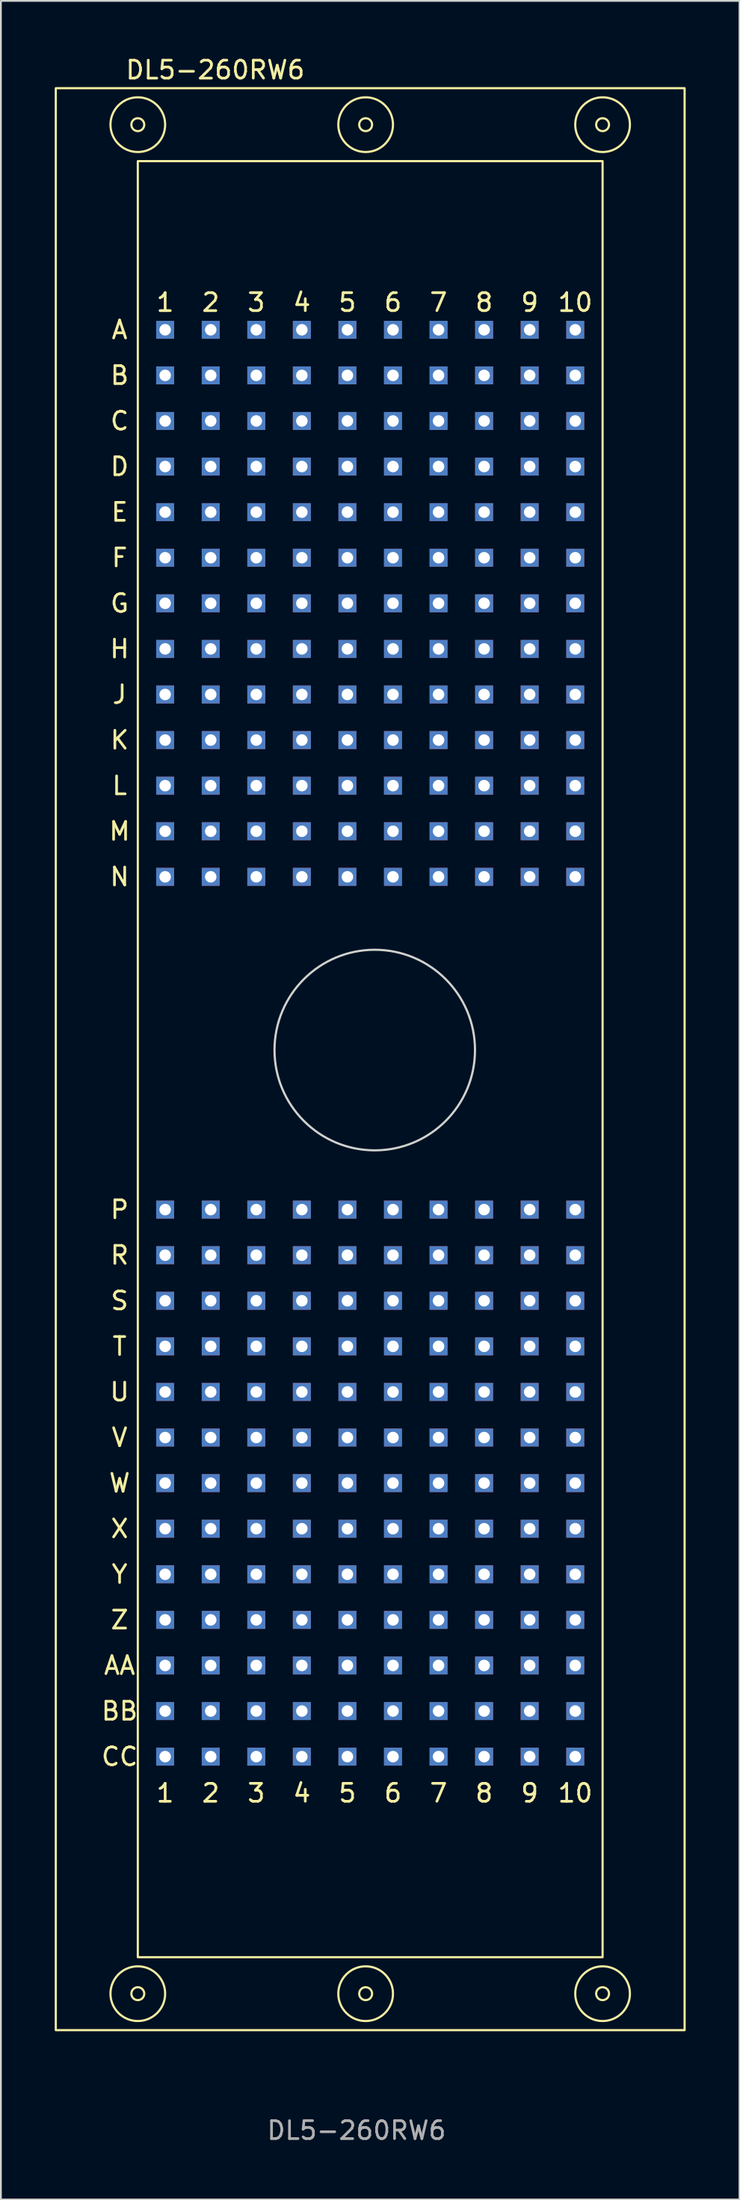
<source format=kicad_pcb>
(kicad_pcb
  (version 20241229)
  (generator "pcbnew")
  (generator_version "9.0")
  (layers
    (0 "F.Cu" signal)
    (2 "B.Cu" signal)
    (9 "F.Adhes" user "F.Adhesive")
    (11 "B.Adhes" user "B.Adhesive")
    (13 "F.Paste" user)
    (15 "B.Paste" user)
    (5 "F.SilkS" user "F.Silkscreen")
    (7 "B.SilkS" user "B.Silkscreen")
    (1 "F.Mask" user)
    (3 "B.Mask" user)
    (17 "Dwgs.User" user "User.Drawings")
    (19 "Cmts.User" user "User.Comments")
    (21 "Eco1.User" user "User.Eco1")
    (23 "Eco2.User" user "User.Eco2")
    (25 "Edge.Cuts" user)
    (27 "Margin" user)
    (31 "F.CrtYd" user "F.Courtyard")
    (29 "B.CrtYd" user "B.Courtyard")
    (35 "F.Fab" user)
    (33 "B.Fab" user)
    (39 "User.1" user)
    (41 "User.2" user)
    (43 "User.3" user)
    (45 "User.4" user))
  (footprint "DL5-260RW6"
    (layer "F.Cu")
    (at 17.332 55.712)
    (property "Reference" "DL5-260RW6" (at -8.382 -54.864 0) (unlocked yes) (layer "F.SilkS") (effects (font (size 1 1) (thickness 0.15))))
    (attr through_hole)
    (fp_circle (center 0.508 -0.254) (end 7.366 0.254) (stroke (width 0.12) (type solid)) (fill no) (layer "F.Mask"))
    (fp_rect (start 13.208 -49.784) (end -12.7 50.292) (stroke (width 0.12) (type solid)) (fill no) (layer "F.SilkS"))
    (fp_rect (start 17.78 -53.848) (end -17.272 54.356) (stroke (width 0.12) (type solid)) (fill no) (layer "F.SilkS"))
    (fp_circle (center -12.7 -51.816) (end -12.446 -52.07) (stroke (width 0.12) (type solid)) (fill no) (layer "F.SilkS"))
    (fp_circle (center -12.7 -51.816) (end -11.176 -51.816) (stroke (width 0.12) (type solid)) (fill no) (layer "F.SilkS"))
    (fp_circle (center -12.7 52.324) (end -12.446 52.07) (stroke (width 0.12) (type solid)) (fill no) (layer "F.SilkS"))
    (fp_circle (center -12.7 52.324) (end -11.176 52.324) (stroke (width 0.12) (type solid)) (fill no) (layer "F.SilkS"))
    (fp_circle (center 0 -51.816) (end 0.254 -52.07) (stroke (width 0.12) (type solid)) (fill no) (layer "F.SilkS"))
    (fp_circle (center 0 -51.816) (end 1.524 -51.816) (stroke (width 0.12) (type solid)) (fill no) (layer "F.SilkS"))
    (fp_circle (center 0 52.324) (end 0.254 52.07) (stroke (width 0.12) (type solid)) (fill no) (layer "F.SilkS"))
    (fp_circle (center 0 52.324) (end 1.524 52.324) (stroke (width 0.12) (type solid)) (fill no) (layer "F.SilkS"))
    (fp_circle (center 13.208 -51.816) (end 13.462 -52.07) (stroke (width 0.12) (type solid)) (fill no) (layer "F.SilkS"))
    (fp_circle (center 13.208 -51.816) (end 14.732 -51.816) (stroke (width 0.12) (type solid)) (fill no) (layer "F.SilkS"))
    (fp_circle (center 13.208 52.324) (end 13.462 52.07) (stroke (width 0.12) (type solid)) (fill no) (layer "F.SilkS"))
    (fp_circle (center 13.208 52.324) (end 14.732 52.324) (stroke (width 0.12) (type solid)) (fill no) (layer "F.SilkS"))
    (fp_circle (center 0.508 -0.254) (end 0.508 -5.842) (stroke (width 0.12) (type solid)) (fill no) (layer "Edge.Cuts"))
    (fp_text user "3" (at -6.096 -41.91 0) (unlocked yes) (layer "F.SilkS") (effects (font (size 1 1) (thickness 0.15))))
    (fp_text user "M" (at -13.716 -12.446 0) (unlocked yes) (layer "F.SilkS") (effects (font (size 1 1) (thickness 0.15))))
    (fp_text user "N" (at -13.716 -9.906 0) (unlocked yes) (layer "F.SilkS") (effects (font (size 1 1) (thickness 0.15))))
    (fp_text user "R" (at -13.716 11.176 0) (unlocked yes) (layer "F.SilkS") (effects (font (size 1 1) (thickness 0.15))))
    (fp_text user "1" (at -11.176 -41.91 0) (unlocked yes) (layer "F.SilkS") (effects (font (size 1 1) (thickness 0.15))))
    (fp_text user "5" (at -1.016 -41.91 0) (unlocked yes) (layer "F.SilkS") (effects (font (size 1 1) (thickness 0.15))))
    (fp_text user "F" (at -13.716 -27.686 0) (unlocked yes) (layer "F.SilkS") (effects (font (size 1 1) (thickness 0.15))))
    (fp_text user "D" (at -13.716 -32.766 0) (unlocked yes) (layer "F.SilkS") (effects (font (size 1 1) (thickness 0.15))))
    (fp_text user "H" (at -13.716 -22.606 0) (unlocked yes) (layer "F.SilkS") (effects (font (size 1 1) (thickness 0.15))))
    (fp_text user "6" (at 1.524 41.148 0) (unlocked yes) (layer "F.SilkS") (effects (font (size 1 1) (thickness 0.15))))
    (fp_text user "10" (at 11.684 -41.91 0) (unlocked yes) (layer "F.SilkS") (effects (font (size 1 1) (thickness 0.15))))
    (fp_text user "T" (at -13.716 16.256 0) (unlocked yes) (layer "F.SilkS") (effects (font (size 1 1) (thickness 0.15))))
    (fp_text user "10" (at 11.684 41.148 0) (unlocked yes) (layer "F.SilkS") (effects (font (size 1 1) (thickness 0.15))))
    (fp_text user "9" (at 9.144 -41.91 0) (unlocked yes) (layer "F.SilkS") (effects (font (size 1 1) (thickness 0.15))))
    (fp_text user "E" (at -13.716 -30.226 0) (unlocked yes) (layer "F.SilkS") (effects (font (size 1 1) (thickness 0.15))))
    (fp_text user "CC" (at -13.716 39.116 0) (unlocked yes) (layer "F.SilkS") (effects (font (size 1 1) (thickness 0.15))))
    (fp_text user "4" (at -3.556 41.148 0) (unlocked yes) (layer "F.SilkS") (effects (font (size 1 1) (thickness 0.15))))
    (fp_text user "V" (at -13.716 21.336 0) (unlocked yes) (layer "F.SilkS") (effects (font (size 1 1) (thickness 0.15))))
    (fp_text user "2" (at -8.636 -41.91 0) (unlocked yes) (layer "F.SilkS") (effects (font (size 1 1) (thickness 0.15))))
    (fp_text user "S" (at -13.716 13.716 0) (unlocked yes) (layer "F.SilkS") (effects (font (size 1 1) (thickness 0.15))))
    (fp_text user "G" (at -13.716 -25.146 0) (unlocked yes) (layer "F.SilkS") (effects (font (size 1 1) (thickness 0.15))))
    (fp_text user "Y" (at -13.716 28.956 0) (unlocked yes) (layer "F.SilkS") (effects (font (size 1 1) (thickness 0.15))))
    (fp_text user "K" (at -13.716 -17.526 0) (unlocked yes) (layer "F.SilkS") (effects (font (size 1 1) (thickness 0.15))))
    (fp_text user "AA" (at -13.716 34.036 0) (unlocked yes) (layer "F.SilkS") (effects (font (size 1 1) (thickness 0.15))))
    (fp_text user "L" (at -13.716 -14.986 0) (unlocked yes) (layer "F.SilkS") (effects (font (size 1 1) (thickness 0.15))))
    (fp_text user "4" (at -3.556 -41.91 0) (unlocked yes) (layer "F.SilkS") (effects (font (size 1 1) (thickness 0.15))))
    (fp_text user "A" (at -13.716 -40.386 0) (unlocked yes) (layer "F.SilkS") (effects (font (size 1 1) (thickness 0.15))))
    (fp_text user "7" (at 4.064 -41.91 0) (unlocked yes) (layer "F.SilkS") (effects (font (size 1 1) (thickness 0.15))))
    (fp_text user "J" (at -13.716 -20.066 0) (unlocked yes) (layer "F.SilkS") (effects (font (size 1 1) (thickness 0.15))))
    (fp_text user "C" (at -13.716 -35.306 0) (unlocked yes) (layer "F.SilkS") (effects (font (size 1 1) (thickness 0.15))))
    (fp_text user "B" (at -13.716 -37.846 0) (unlocked yes) (layer "F.SilkS") (effects (font (size 1 1) (thickness 0.15))))
    (fp_text user "X" (at -13.716 26.416 0) (unlocked yes) (layer "F.SilkS") (effects (font (size 1 1) (thickness 0.15))))
    (fp_text user "2" (at -8.636 41.148 0) (unlocked yes) (layer "F.SilkS") (effects (font (size 1 1) (thickness 0.15))))
    (fp_text user "9" (at 9.144 41.148 0) (unlocked yes) (layer "F.SilkS") (effects (font (size 1 1) (thickness 0.15))))
    (fp_text user "5" (at -1.016 41.148 0) (unlocked yes) (layer "F.SilkS") (effects (font (size 1 1) (thickness 0.15))))
    (fp_text user "Z" (at -13.716 31.496 0) (unlocked yes) (layer "F.SilkS") (effects (font (size 1 1) (thickness 0.15))))
    (fp_text user "P" (at -13.716 8.636 0) (unlocked yes) (layer "F.SilkS") (effects (font (size 1 1) (thickness 0.15))))
    (fp_text user "6" (at 1.524 -41.91 0) (unlocked yes) (layer "F.SilkS") (effects (font (size 1 1) (thickness 0.15))))
    (fp_text user "8" (at 6.604 41.148 0) (unlocked yes) (layer "F.SilkS") (effects (font (size 1 1) (thickness 0.15))))
    (fp_text user "BB" (at -13.716 36.576 0) (unlocked yes) (layer "F.SilkS") (effects (font (size 1 1) (thickness 0.15))))
    (fp_text user "W" (at -13.716 23.876 0) (unlocked yes) (layer "F.SilkS") (effects (font (size 1 1) (thickness 0.15))))
    (fp_text user "3" (at -6.096 41.148 0) (unlocked yes) (layer "F.SilkS") (effects (font (size 1 1) (thickness 0.15))))
    (fp_text user "8" (at 6.604 -41.91 0) (unlocked yes) (layer "F.SilkS") (effects (font (size 1 1) (thickness 0.15))))
    (fp_text user "U" (at -13.716 18.796 0) (unlocked yes) (layer "F.SilkS") (effects (font (size 1 1) (thickness 0.15))))
    (fp_text user "7" (at 4.064 41.148 0) (unlocked yes) (layer "F.SilkS") (effects (font (size 1 1) (thickness 0.15))))
    (fp_text user "1" (at -11.176 41.148 0) (unlocked yes) (layer "F.SilkS") (effects (font (size 1 1) (thickness 0.15))))
    (fp_text user "${REFERENCE}" (at -0.508 59.944 0) (unlocked yes) (layer "F.Fab") (effects (font (size 1 1) (thickness 0.15))))
    (pad "A1" thru_hole rect (at -11.176 -40.386) (size 1 1) (drill 0.64) (layers "*.Cu" "*.Mask") (remove_unused_layers yes) (keep_end_layers yes) (zone_layer_connections))
    (pad "A2" thru_hole rect (at -8.636 -40.386) (size 1 1) (drill 0.64) (layers "*.Cu" "*.Mask"))
    (pad "A3" thru_hole rect (at -6.096 -40.386) (size 1 1) (drill 0.64) (layers "*.Cu" "*.Mask"))
    (pad "A4" thru_hole rect (at -3.556 -40.386) (size 1 1) (drill 0.64) (layers "*.Cu" "*.Mask"))
    (pad "A5" thru_hole rect (at -1.016 -40.386) (size 1 1) (drill 0.64) (layers "*.Cu" "*.Mask"))
    (pad "A6" thru_hole rect (at 1.524 -40.386) (size 1 1) (drill 0.64) (layers "*.Cu" "*.Mask"))
    (pad "A7" thru_hole rect (at 4.064 -40.386) (size 1 1) (drill 0.64) (layers "*.Cu" "*.Mask"))
    (pad "A8" thru_hole rect (at 6.604 -40.386) (size 1 1) (drill 0.64) (layers "*.Cu" "*.Mask"))
    (pad "A9" thru_hole rect (at 9.144 -40.386) (size 1 1) (drill 0.64) (layers "*.Cu" "*.Mask"))
    (pad "A10" thru_hole rect (at 11.684 -40.386) (size 1 1) (drill 0.64) (layers "*.Cu" "*.Mask"))
    (pad "AA1" thru_hole rect (at -11.176 34.036) (size 1 1) (drill 0.64) (layers "*.Cu" "*.Mask"))
    (pad "AA2" thru_hole rect (at -8.636 34.036) (size 1 1) (drill 0.64) (layers "*.Cu" "*.Mask"))
    (pad "AA3" thru_hole rect (at -6.096 34.036) (size 1 1) (drill 0.64) (layers "*.Cu" "*.Mask"))
    (pad "AA4" thru_hole rect (at -3.556 34.036) (size 1 1) (drill 0.64) (layers "*.Cu" "*.Mask"))
    (pad "AA5" thru_hole rect (at -1.016 34.036) (size 1 1) (drill 0.64) (layers "*.Cu" "*.Mask"))
    (pad "AA6" thru_hole rect (at 1.524 34.036) (size 1 1) (drill 0.64) (layers "*.Cu" "*.Mask"))
    (pad "AA7" thru_hole rect (at 4.064 34.036) (size 1 1) (drill 0.64) (layers "*.Cu" "*.Mask"))
    (pad "AA8" thru_hole rect (at 6.604 34.036) (size 1 1) (drill 0.64) (layers "*.Cu" "*.Mask"))
    (pad "AA9" thru_hole rect (at 9.144 34.036) (size 1 1) (drill 0.64) (layers "*.Cu" "*.Mask"))
    (pad "AA10" thru_hole rect (at 11.684 34.036) (size 1 1) (drill 0.64) (layers "*.Cu" "*.Mask"))
    (pad "B1" thru_hole rect (at -11.176 -37.846) (size 1 1) (drill 0.64) (layers "*.Cu" "*.Mask"))
    (pad "B2" thru_hole rect (at -8.636 -37.846) (size 1 1) (drill 0.64) (layers "*.Cu" "*.Mask"))
    (pad "B3" thru_hole rect (at -6.096 -37.846) (size 1 1) (drill 0.64) (layers "*.Cu" "*.Mask"))
    (pad "B4" thru_hole rect (at -3.556 -37.846) (size 1 1) (drill 0.64) (layers "*.Cu" "*.Mask"))
    (pad "B5" thru_hole rect (at -1.016 -37.846) (size 1 1) (drill 0.64) (layers "*.Cu" "*.Mask"))
    (pad "B6" thru_hole rect (at 1.524 -37.846) (size 1 1) (drill 0.64) (layers "*.Cu" "*.Mask"))
    (pad "B7" thru_hole rect (at 4.064 -37.846) (size 1 1) (drill 0.64) (layers "*.Cu" "*.Mask"))
    (pad "B8" thru_hole rect (at 6.604 -37.846) (size 1 1) (drill 0.64) (layers "*.Cu" "*.Mask"))
    (pad "B9" thru_hole rect (at 9.144 -37.846) (size 1 1) (drill 0.64) (layers "*.Cu" "*.Mask"))
    (pad "B10" thru_hole rect (at 11.684 -37.846) (size 1 1) (drill 0.64) (layers "*.Cu" "*.Mask"))
    (pad "BB1" thru_hole rect (at -11.176 36.576) (size 1 1) (drill 0.64) (layers "*.Cu" "*.Mask"))
    (pad "BB2" thru_hole rect (at -8.636 36.576) (size 1 1) (drill 0.64) (layers "*.Cu" "*.Mask"))
    (pad "BB3" thru_hole rect (at -6.096 36.576) (size 1 1) (drill 0.64) (layers "*.Cu" "*.Mask"))
    (pad "BB4" thru_hole rect (at -3.556 36.576) (size 1 1) (drill 0.64) (layers "*.Cu" "*.Mask"))
    (pad "BB5" thru_hole rect (at -1.016 36.576) (size 1 1) (drill 0.64) (layers "*.Cu" "*.Mask"))
    (pad "BB6" thru_hole rect (at 1.524 36.576) (size 1 1) (drill 0.64) (layers "*.Cu" "*.Mask"))
    (pad "BB7" thru_hole rect (at 4.064 36.576) (size 1 1) (drill 0.64) (layers "*.Cu" "*.Mask"))
    (pad "BB8" thru_hole rect (at 6.604 36.576) (size 1 1) (drill 0.64) (layers "*.Cu" "*.Mask"))
    (pad "BB9" thru_hole rect (at 9.144 36.576) (size 1 1) (drill 0.64) (layers "*.Cu" "*.Mask"))
    (pad "BB10" thru_hole rect (at 11.684 36.576) (size 1 1) (drill 0.64) (layers "*.Cu" "*.Mask"))
    (pad "C1" thru_hole rect (at -11.176 -35.306) (size 1 1) (drill 0.64) (layers "*.Cu" "*.Mask"))
    (pad "C2" thru_hole rect (at -8.636 -35.306) (size 1 1) (drill 0.64) (layers "*.Cu" "*.Mask"))
    (pad "C3" thru_hole rect (at -6.096 -35.306) (size 1 1) (drill 0.64) (layers "*.Cu" "*.Mask"))
    (pad "C4" thru_hole rect (at -3.556 -35.306) (size 1 1) (drill 0.64) (layers "*.Cu" "*.Mask"))
    (pad "C5" thru_hole rect (at -1.016 -35.306) (size 1 1) (drill 0.64) (layers "*.Cu" "*.Mask"))
    (pad "C6" thru_hole rect (at 1.524 -35.306) (size 1 1) (drill 0.64) (layers "*.Cu" "*.Mask"))
    (pad "C7" thru_hole rect (at 4.064 -35.306) (size 1 1) (drill 0.64) (layers "*.Cu" "*.Mask"))
    (pad "C8" thru_hole rect (at 6.604 -35.306) (size 1 1) (drill 0.64) (layers "*.Cu" "*.Mask"))
    (pad "C9" thru_hole rect (at 9.144 -35.306) (size 1 1) (drill 0.64) (layers "*.Cu" "*.Mask"))
    (pad "C10" thru_hole rect (at 11.684 -35.306) (size 1 1) (drill 0.64) (layers "*.Cu" "*.Mask"))
    (pad "CC1" thru_hole rect (at -11.176 39.116) (size 1 1) (drill 0.64) (layers "*.Cu" "*.Mask"))
    (pad "CC2" thru_hole rect (at -8.636 39.116) (size 1 1) (drill 0.64) (layers "*.Cu" "*.Mask"))
    (pad "CC3" thru_hole rect (at -6.096 39.116) (size 1 1) (drill 0.64) (layers "*.Cu" "*.Mask"))
    (pad "CC4" thru_hole rect (at -3.556 39.116) (size 1 1) (drill 0.64) (layers "*.Cu" "*.Mask"))
    (pad "CC5" thru_hole rect (at -1.016 39.116) (size 1 1) (drill 0.64) (layers "*.Cu" "*.Mask"))
    (pad "CC6" thru_hole rect (at 1.524 39.116) (size 1 1) (drill 0.64) (layers "*.Cu" "*.Mask"))
    (pad "CC7" thru_hole rect (at 4.064 39.116) (size 1 1) (drill 0.64) (layers "*.Cu" "*.Mask"))
    (pad "CC8" thru_hole rect (at 6.604 39.116) (size 1 1) (drill 0.64) (layers "*.Cu" "*.Mask"))
    (pad "CC9" thru_hole rect (at 9.144 39.116) (size 1 1) (drill 0.64) (layers "*.Cu" "*.Mask"))
    (pad "CC10" thru_hole rect (at 11.684 39.116) (size 1 1) (drill 0.64) (layers "*.Cu" "*.Mask"))
    (pad "D1" thru_hole rect (at -11.176 -32.766) (size 1 1) (drill 0.64) (layers "*.Cu" "*.Mask"))
    (pad "D2" thru_hole rect (at -8.636 -32.766) (size 1 1) (drill 0.64) (layers "*.Cu" "*.Mask"))
    (pad "D3" thru_hole rect (at -6.096 -32.766) (size 1 1) (drill 0.64) (layers "*.Cu" "*.Mask"))
    (pad "D4" thru_hole rect (at -3.556 -32.766) (size 1 1) (drill 0.64) (layers "*.Cu" "*.Mask"))
    (pad "D5" thru_hole rect (at -1.016 -32.766) (size 1 1) (drill 0.64) (layers "*.Cu" "*.Mask"))
    (pad "D6" thru_hole rect (at 1.524 -32.766) (size 1 1) (drill 0.64) (layers "*.Cu" "*.Mask"))
    (pad "D7" thru_hole rect (at 4.064 -32.766) (size 1 1) (drill 0.64) (layers "*.Cu" "*.Mask"))
    (pad "D8" thru_hole rect (at 6.604 -32.766) (size 1 1) (drill 0.64) (layers "*.Cu" "*.Mask"))
    (pad "D9" thru_hole rect (at 9.144 -32.766) (size 1 1) (drill 0.64) (layers "*.Cu" "*.Mask"))
    (pad "D10" thru_hole rect (at 11.684 -32.766) (size 1 1) (drill 0.64) (layers "*.Cu" "*.Mask"))
    (pad "E1" thru_hole rect (at -11.176 -30.226) (size 1 1) (drill 0.64) (layers "*.Cu" "*.Mask"))
    (pad "E2" thru_hole rect (at -8.636 -30.226) (size 1 1) (drill 0.64) (layers "*.Cu" "*.Mask"))
    (pad "E3" thru_hole rect (at -6.096 -30.226) (size 1 1) (drill 0.64) (layers "*.Cu" "*.Mask"))
    (pad "E4" thru_hole rect (at -3.556 -30.226) (size 1 1) (drill 0.64) (layers "*.Cu" "*.Mask"))
    (pad "E5" thru_hole rect (at -1.016 -30.226) (size 1 1) (drill 0.64) (layers "*.Cu" "*.Mask"))
    (pad "E6" thru_hole rect (at 1.524 -30.226) (size 1 1) (drill 0.64) (layers "*.Cu" "*.Mask"))
    (pad "E7" thru_hole rect (at 4.064 -30.226) (size 1 1) (drill 0.64) (layers "*.Cu" "*.Mask"))
    (pad "E8" thru_hole rect (at 6.604 -30.226) (size 1 1) (drill 0.64) (layers "*.Cu" "*.Mask"))
    (pad "E9" thru_hole rect (at 9.144 -30.226) (size 1 1) (drill 0.64) (layers "*.Cu" "*.Mask"))
    (pad "E10" thru_hole rect (at 11.684 -30.226) (size 1 1) (drill 0.64) (layers "*.Cu" "*.Mask"))
    (pad "F1" thru_hole rect (at -11.176 -27.686) (size 1 1) (drill 0.64) (layers "*.Cu" "*.Mask"))
    (pad "F2" thru_hole rect (at -8.636 -27.686) (size 1 1) (drill 0.64) (layers "*.Cu" "*.Mask"))
    (pad "F3" thru_hole rect (at -6.096 -27.686) (size 1 1) (drill 0.64) (layers "*.Cu" "*.Mask"))
    (pad "F4" thru_hole rect (at -3.556 -27.686) (size 1 1) (drill 0.64) (layers "*.Cu" "*.Mask"))
    (pad "F5" thru_hole rect (at -1.016 -27.686) (size 1 1) (drill 0.64) (layers "*.Cu" "*.Mask"))
    (pad "F6" thru_hole rect (at 1.524 -27.686) (size 1 1) (drill 0.64) (layers "*.Cu" "*.Mask"))
    (pad "F7" thru_hole rect (at 4.064 -27.686) (size 1 1) (drill 0.64) (layers "*.Cu" "*.Mask"))
    (pad "F8" thru_hole rect (at 6.604 -27.686) (size 1 1) (drill 0.64) (layers "*.Cu" "*.Mask"))
    (pad "F9" thru_hole rect (at 9.144 -27.686) (size 1 1) (drill 0.64) (layers "*.Cu" "*.Mask"))
    (pad "F10" thru_hole rect (at 11.684 -27.686) (size 1 1) (drill 0.64) (layers "*.Cu" "*.Mask"))
    (pad "G1" thru_hole rect (at -11.176 -25.146) (size 1 1) (drill 0.64) (layers "*.Cu" "*.Mask"))
    (pad "G2" thru_hole rect (at -8.636 -25.146) (size 1 1) (drill 0.64) (layers "*.Cu" "*.Mask"))
    (pad "G3" thru_hole rect (at -6.096 -25.146) (size 1 1) (drill 0.64) (layers "*.Cu" "*.Mask"))
    (pad "G4" thru_hole rect (at -3.556 -25.146) (size 1 1) (drill 0.64) (layers "*.Cu" "*.Mask"))
    (pad "G5" thru_hole rect (at -1.016 -25.146) (size 1 1) (drill 0.64) (layers "*.Cu" "*.Mask"))
    (pad "G6" thru_hole rect (at 1.524 -25.146) (size 1 1) (drill 0.64) (layers "*.Cu" "*.Mask"))
    (pad "G7" thru_hole rect (at 4.064 -25.146) (size 1 1) (drill 0.64) (layers "*.Cu" "*.Mask"))
    (pad "G8" thru_hole rect (at 6.604 -25.146) (size 1 1) (drill 0.64) (layers "*.Cu" "*.Mask"))
    (pad "G9" thru_hole rect (at 9.144 -25.146) (size 1 1) (drill 0.64) (layers "*.Cu" "*.Mask"))
    (pad "G10" thru_hole rect (at 11.684 -25.146) (size 1 1) (drill 0.64) (layers "*.Cu" "*.Mask"))
    (pad "H1" thru_hole rect (at -11.176 -22.606) (size 1 1) (drill 0.64) (layers "*.Cu" "*.Mask"))
    (pad "H2" thru_hole rect (at -8.636 -22.606) (size 1 1) (drill 0.64) (layers "*.Cu" "*.Mask"))
    (pad "H3" thru_hole rect (at -6.096 -22.606) (size 1 1) (drill 0.64) (layers "*.Cu" "*.Mask"))
    (pad "H4" thru_hole rect (at -3.556 -22.606) (size 1 1) (drill 0.64) (layers "*.Cu" "*.Mask"))
    (pad "H5" thru_hole rect (at -1.016 -22.606) (size 1 1) (drill 0.64) (layers "*.Cu" "*.Mask"))
    (pad "H6" thru_hole rect (at 1.524 -22.606) (size 1 1) (drill 0.64) (layers "*.Cu" "*.Mask"))
    (pad "H7" thru_hole rect (at 4.064 -22.606) (size 1 1) (drill 0.64) (layers "*.Cu" "*.Mask"))
    (pad "H8" thru_hole rect (at 6.604 -22.606) (size 1 1) (drill 0.64) (layers "*.Cu" "*.Mask"))
    (pad "H9" thru_hole rect (at 9.144 -22.606) (size 1 1) (drill 0.64) (layers "*.Cu" "*.Mask"))
    (pad "H10" thru_hole rect (at 11.684 -22.606) (size 1 1) (drill 0.64) (layers "*.Cu" "*.Mask"))
    (pad "J1" thru_hole rect (at -11.176 -20.066) (size 1 1) (drill 0.64) (layers "*.Cu" "*.Mask"))
    (pad "J2" thru_hole rect (at -8.636 -20.066) (size 1 1) (drill 0.64) (layers "*.Cu" "*.Mask"))
    (pad "J3" thru_hole rect (at -6.096 -20.066) (size 1 1) (drill 0.64) (layers "*.Cu" "*.Mask"))
    (pad "J4" thru_hole rect (at -3.556 -20.066) (size 1 1) (drill 0.64) (layers "*.Cu" "*.Mask"))
    (pad "J5" thru_hole rect (at -1.016 -20.066) (size 1 1) (drill 0.64) (layers "*.Cu" "*.Mask"))
    (pad "J6" thru_hole rect (at 1.524 -20.066) (size 1 1) (drill 0.64) (layers "*.Cu" "*.Mask"))
    (pad "J7" thru_hole rect (at 4.064 -20.066) (size 1 1) (drill 0.64) (layers "*.Cu" "*.Mask"))
    (pad "J8" thru_hole rect (at 6.604 -20.066) (size 1 1) (drill 0.64) (layers "*.Cu" "*.Mask"))
    (pad "J9" thru_hole rect (at 9.144 -20.066) (size 1 1) (drill 0.64) (layers "*.Cu" "*.Mask"))
    (pad "J10" thru_hole rect (at 11.684 -20.066) (size 1 1) (drill 0.64) (layers "*.Cu" "*.Mask"))
    (pad "K1" thru_hole rect (at -11.176 -17.526) (size 1 1) (drill 0.64) (layers "*.Cu" "*.Mask"))
    (pad "K2" thru_hole rect (at -8.636 -17.526) (size 1 1) (drill 0.64) (layers "*.Cu" "*.Mask"))
    (pad "K3" thru_hole rect (at -6.096 -17.526) (size 1 1) (drill 0.64) (layers "*.Cu" "*.Mask"))
    (pad "K4" thru_hole rect (at -3.556 -17.526) (size 1 1) (drill 0.64) (layers "*.Cu" "*.Mask"))
    (pad "K5" thru_hole rect (at -1.016 -17.526) (size 1 1) (drill 0.64) (layers "*.Cu" "*.Mask"))
    (pad "K6" thru_hole rect (at 1.524 -17.526) (size 1 1) (drill 0.64) (layers "*.Cu" "*.Mask"))
    (pad "K7" thru_hole rect (at 4.064 -17.526) (size 1 1) (drill 0.64) (layers "*.Cu" "*.Mask"))
    (pad "K8" thru_hole rect (at 6.604 -17.526) (size 1 1) (drill 0.64) (layers "*.Cu" "*.Mask"))
    (pad "K9" thru_hole rect (at 9.144 -17.526) (size 1 1) (drill 0.64) (layers "*.Cu" "*.Mask"))
    (pad "K10" thru_hole rect (at 11.684 -17.526) (size 1 1) (drill 0.64) (layers "*.Cu" "*.Mask"))
    (pad "L1" thru_hole rect (at -11.176 -14.986) (size 1 1) (drill 0.64) (layers "*.Cu" "*.Mask"))
    (pad "L2" thru_hole rect (at -8.636 -14.986) (size 1 1) (drill 0.64) (layers "*.Cu" "*.Mask"))
    (pad "L3" thru_hole rect (at -6.096 -14.986) (size 1 1) (drill 0.64) (layers "*.Cu" "*.Mask"))
    (pad "L4" thru_hole rect (at -3.556 -14.986) (size 1 1) (drill 0.64) (layers "*.Cu" "*.Mask"))
    (pad "L5" thru_hole rect (at -1.016 -14.986) (size 1 1) (drill 0.64) (layers "*.Cu" "*.Mask"))
    (pad "L6" thru_hole rect (at 1.524 -14.986) (size 1 1) (drill 0.64) (layers "*.Cu" "*.Mask"))
    (pad "L7" thru_hole rect (at 4.064 -14.986) (size 1 1) (drill 0.64) (layers "*.Cu" "*.Mask"))
    (pad "L8" thru_hole rect (at 6.604 -14.986) (size 1 1) (drill 0.64) (layers "*.Cu" "*.Mask"))
    (pad "L9" thru_hole rect (at 9.144 -14.986) (size 1 1) (drill 0.64) (layers "*.Cu" "*.Mask"))
    (pad "L10" thru_hole rect (at 11.684 -14.986) (size 1 1) (drill 0.64) (layers "*.Cu" "*.Mask"))
    (pad "M1" thru_hole rect (at -11.176 -12.446) (size 1 1) (drill 0.64) (layers "*.Cu" "*.Mask"))
    (pad "M2" thru_hole rect (at -8.636 -12.446) (size 1 1) (drill 0.64) (layers "*.Cu" "*.Mask"))
    (pad "M3" thru_hole rect (at -6.096 -12.446) (size 1 1) (drill 0.64) (layers "*.Cu" "*.Mask"))
    (pad "M4" thru_hole rect (at -3.556 -12.446) (size 1 1) (drill 0.64) (layers "*.Cu" "*.Mask"))
    (pad "M5" thru_hole rect (at -1.016 -12.446) (size 1 1) (drill 0.64) (layers "*.Cu" "*.Mask"))
    (pad "M6" thru_hole rect (at 1.524 -12.446) (size 1 1) (drill 0.64) (layers "*.Cu" "*.Mask"))
    (pad "M7" thru_hole rect (at 4.064 -12.446) (size 1 1) (drill 0.64) (layers "*.Cu" "*.Mask"))
    (pad "M8" thru_hole rect (at 6.604 -12.446) (size 1 1) (drill 0.64) (layers "*.Cu" "*.Mask"))
    (pad "M9" thru_hole rect (at 9.144 -12.446) (size 1 1) (drill 0.64) (layers "*.Cu" "*.Mask"))
    (pad "M10" thru_hole rect (at 11.684 -12.446) (size 1 1) (drill 0.64) (layers "*.Cu" "*.Mask"))
    (pad "N1" thru_hole rect (at -11.176 -9.906) (size 1 1) (drill 0.64) (layers "*.Cu" "*.Mask"))
    (pad "N2" thru_hole rect (at -8.636 -9.906) (size 1 1) (drill 0.64) (layers "*.Cu" "*.Mask"))
    (pad "N3" thru_hole rect (at -6.096 -9.906) (size 1 1) (drill 0.64) (layers "*.Cu" "*.Mask"))
    (pad "N4" thru_hole rect (at -3.556 -9.906) (size 1 1) (drill 0.64) (layers "*.Cu" "*.Mask"))
    (pad "N5" thru_hole rect (at -1.016 -9.906) (size 1 1) (drill 0.64) (layers "*.Cu" "*.Mask"))
    (pad "N6" thru_hole rect (at 1.524 -9.906) (size 1 1) (drill 0.64) (layers "*.Cu" "*.Mask"))
    (pad "N7" thru_hole rect (at 4.064 -9.906) (size 1 1) (drill 0.64) (layers "*.Cu" "*.Mask"))
    (pad "N8" thru_hole rect (at 6.604 -9.906) (size 1 1) (drill 0.64) (layers "*.Cu" "*.Mask"))
    (pad "N9" thru_hole rect (at 9.144 -9.906) (size 1 1) (drill 0.64) (layers "*.Cu" "*.Mask"))
    (pad "N10" thru_hole rect (at 11.684 -9.906) (size 1 1) (drill 0.64) (layers "*.Cu" "*.Mask"))
    (pad "P1" thru_hole rect (at -11.176 8.636) (size 1 1) (drill 0.64) (layers "*.Cu" "*.Mask"))
    (pad "P2" thru_hole rect (at -8.636 8.636) (size 1 1) (drill 0.64) (layers "*.Cu" "*.Mask"))
    (pad "P3" thru_hole rect (at -6.096 8.636) (size 1 1) (drill 0.64) (layers "*.Cu" "*.Mask"))
    (pad "P4" thru_hole rect (at -3.556 8.636) (size 1 1) (drill 0.64) (layers "*.Cu" "*.Mask"))
    (pad "P5" thru_hole rect (at -1.016 8.636) (size 1 1) (drill 0.64) (layers "*.Cu" "*.Mask"))
    (pad "P6" thru_hole rect (at 1.524 8.636) (size 1 1) (drill 0.64) (layers "*.Cu" "*.Mask"))
    (pad "P7" thru_hole rect (at 4.064 8.636) (size 1 1) (drill 0.64) (layers "*.Cu" "*.Mask"))
    (pad "P8" thru_hole rect (at 6.604 8.636) (size 1 1) (drill 0.64) (layers "*.Cu" "*.Mask"))
    (pad "P9" thru_hole rect (at 9.144 8.636) (size 1 1) (drill 0.64) (layers "*.Cu" "*.Mask"))
    (pad "P10" thru_hole rect (at 11.684 8.636) (size 1 1) (drill 0.64) (layers "*.Cu" "*.Mask"))
    (pad "R1" thru_hole rect (at -11.176 11.176) (size 1 1) (drill 0.64) (layers "*.Cu" "*.Mask"))
    (pad "R2" thru_hole rect (at -8.636 11.176) (size 1 1) (drill 0.64) (layers "*.Cu" "*.Mask"))
    (pad "R3" thru_hole rect (at -6.096 11.176) (size 1 1) (drill 0.64) (layers "*.Cu" "*.Mask"))
    (pad "R4" thru_hole rect (at -3.556 11.176) (size 1 1) (drill 0.64) (layers "*.Cu" "*.Mask"))
    (pad "R5" thru_hole rect (at -1.016 11.176) (size 1 1) (drill 0.64) (layers "*.Cu" "*.Mask"))
    (pad "R6" thru_hole rect (at 1.524 11.176) (size 1 1) (drill 0.64) (layers "*.Cu" "*.Mask"))
    (pad "R7" thru_hole rect (at 4.064 11.176) (size 1 1) (drill 0.64) (layers "*.Cu" "*.Mask"))
    (pad "R8" thru_hole rect (at 6.604 11.176) (size 1 1) (drill 0.64) (layers "*.Cu" "*.Mask"))
    (pad "R9" thru_hole rect (at 9.144 11.176) (size 1 1) (drill 0.64) (layers "*.Cu" "*.Mask"))
    (pad "R10" thru_hole rect (at 11.684 11.176) (size 1 1) (drill 0.64) (layers "*.Cu" "*.Mask"))
    (pad "S1" thru_hole rect (at -11.176 13.716) (size 1 1) (drill 0.64) (layers "*.Cu" "*.Mask"))
    (pad "S2" thru_hole rect (at -8.636 13.716) (size 1 1) (drill 0.64) (layers "*.Cu" "*.Mask"))
    (pad "S3" thru_hole rect (at -6.096 13.716) (size 1 1) (drill 0.64) (layers "*.Cu" "*.Mask"))
    (pad "S4" thru_hole rect (at -3.556 13.716) (size 1 1) (drill 0.64) (layers "*.Cu" "*.Mask"))
    (pad "S5" thru_hole rect (at -1.016 13.716) (size 1 1) (drill 0.64) (layers "*.Cu" "*.Mask"))
    (pad "S6" thru_hole rect (at 1.524 13.716) (size 1 1) (drill 0.64) (layers "*.Cu" "*.Mask"))
    (pad "S7" thru_hole rect (at 4.064 13.716) (size 1 1) (drill 0.64) (layers "*.Cu" "*.Mask"))
    (pad "S8" thru_hole rect (at 6.604 13.716) (size 1 1) (drill 0.64) (layers "*.Cu" "*.Mask"))
    (pad "S9" thru_hole rect (at 9.144 13.716) (size 1 1) (drill 0.64) (layers "*.Cu" "*.Mask"))
    (pad "S10" thru_hole rect (at 11.684 13.716) (size 1 1) (drill 0.64) (layers "*.Cu" "*.Mask"))
    (pad "T1" thru_hole rect (at -11.176 16.256) (size 1 1) (drill 0.64) (layers "*.Cu" "*.Mask"))
    (pad "T2" thru_hole rect (at -8.636 16.256) (size 1 1) (drill 0.64) (layers "*.Cu" "*.Mask"))
    (pad "T3" thru_hole rect (at -6.096 16.256) (size 1 1) (drill 0.64) (layers "*.Cu" "*.Mask"))
    (pad "T4" thru_hole rect (at -3.556 16.256) (size 1 1) (drill 0.64) (layers "*.Cu" "*.Mask"))
    (pad "T5" thru_hole rect (at -1.016 16.256) (size 1 1) (drill 0.64) (layers "*.Cu" "*.Mask"))
    (pad "T6" thru_hole rect (at 1.524 16.256) (size 1 1) (drill 0.64) (layers "*.Cu" "*.Mask"))
    (pad "T7" thru_hole rect (at 4.064 16.256) (size 1 1) (drill 0.64) (layers "*.Cu" "*.Mask"))
    (pad "T8" thru_hole rect (at 6.604 16.256) (size 1 1) (drill 0.64) (layers "*.Cu" "*.Mask"))
    (pad "T9" thru_hole rect (at 9.144 16.256) (size 1 1) (drill 0.64) (layers "*.Cu" "*.Mask"))
    (pad "T10" thru_hole rect (at 11.684 16.256) (size 1 1) (drill 0.64) (layers "*.Cu" "*.Mask"))
    (pad "U1" thru_hole rect (at -11.176 18.796) (size 1 1) (drill 0.64) (layers "*.Cu" "*.Mask"))
    (pad "U2" thru_hole rect (at -8.636 18.796) (size 1 1) (drill 0.64) (layers "*.Cu" "*.Mask"))
    (pad "U3" thru_hole rect (at -6.096 18.796) (size 1 1) (drill 0.64) (layers "*.Cu" "*.Mask"))
    (pad "U4" thru_hole rect (at -3.556 18.796) (size 1 1) (drill 0.64) (layers "*.Cu" "*.Mask"))
    (pad "U5" thru_hole rect (at -1.016 18.796) (size 1 1) (drill 0.64) (layers "*.Cu" "*.Mask"))
    (pad "U6" thru_hole rect (at 1.524 18.796) (size 1 1) (drill 0.64) (layers "*.Cu" "*.Mask"))
    (pad "U7" thru_hole rect (at 4.064 18.796) (size 1 1) (drill 0.64) (layers "*.Cu" "*.Mask"))
    (pad "U8" thru_hole rect (at 6.604 18.796) (size 1 1) (drill 0.64) (layers "*.Cu" "*.Mask"))
    (pad "U9" thru_hole rect (at 9.144 18.796) (size 1 1) (drill 0.64) (layers "*.Cu" "*.Mask"))
    (pad "U10" thru_hole rect (at 11.684 18.796) (size 1 1) (drill 0.64) (layers "*.Cu" "*.Mask"))
    (pad "V1" thru_hole rect (at -11.176 21.336) (size 1 1) (drill 0.64) (layers "*.Cu" "*.Mask"))
    (pad "V2" thru_hole rect (at -8.636 21.336) (size 1 1) (drill 0.64) (layers "*.Cu" "*.Mask"))
    (pad "V3" thru_hole rect (at -6.096 21.336) (size 1 1) (drill 0.64) (layers "*.Cu" "*.Mask"))
    (pad "V4" thru_hole rect (at -3.556 21.336) (size 1 1) (drill 0.64) (layers "*.Cu" "*.Mask"))
    (pad "V5" thru_hole rect (at -1.016 21.336) (size 1 1) (drill 0.64) (layers "*.Cu" "*.Mask"))
    (pad "V6" thru_hole rect (at 1.524 21.336) (size 1 1) (drill 0.64) (layers "*.Cu" "*.Mask"))
    (pad "V7" thru_hole rect (at 4.064 21.336) (size 1 1) (drill 0.64) (layers "*.Cu" "*.Mask"))
    (pad "V8" thru_hole rect (at 6.604 21.336) (size 1 1) (drill 0.64) (layers "*.Cu" "*.Mask"))
    (pad "V9" thru_hole rect (at 9.144 21.336) (size 1 1) (drill 0.64) (layers "*.Cu" "*.Mask"))
    (pad "V10" thru_hole rect (at 11.684 21.336) (size 1 1) (drill 0.64) (layers "*.Cu" "*.Mask"))
    (pad "W1" thru_hole rect (at -11.176 23.876) (size 1 1) (drill 0.64) (layers "*.Cu" "*.Mask"))
    (pad "W2" thru_hole rect (at -8.636 23.876) (size 1 1) (drill 0.64) (layers "*.Cu" "*.Mask"))
    (pad "W3" thru_hole rect (at -6.096 23.876) (size 1 1) (drill 0.64) (layers "*.Cu" "*.Mask"))
    (pad "W4" thru_hole rect (at -3.556 23.876) (size 1 1) (drill 0.64) (layers "*.Cu" "*.Mask"))
    (pad "W5" thru_hole rect (at -1.016 23.876) (size 1 1) (drill 0.64) (layers "*.Cu" "*.Mask"))
    (pad "W6" thru_hole rect (at 1.524 23.876) (size 1 1) (drill 0.64) (layers "*.Cu" "*.Mask"))
    (pad "W7" thru_hole rect (at 4.064 23.876) (size 1 1) (drill 0.64) (layers "*.Cu" "*.Mask"))
    (pad "W8" thru_hole rect (at 6.604 23.876) (size 1 1) (drill 0.64) (layers "*.Cu" "*.Mask"))
    (pad "W9" thru_hole rect (at 9.144 23.876) (size 1 1) (drill 0.64) (layers "*.Cu" "*.Mask"))
    (pad "W10" thru_hole rect (at 11.684 23.876) (size 1 1) (drill 0.64) (layers "*.Cu" "*.Mask"))
    (pad "X1" thru_hole rect (at -11.176 26.416) (size 1 1) (drill 0.64) (layers "*.Cu" "*.Mask"))
    (pad "X2" thru_hole rect (at -8.636 26.416) (size 1 1) (drill 0.64) (layers "*.Cu" "*.Mask"))
    (pad "X3" thru_hole rect (at -6.096 26.416) (size 1 1) (drill 0.64) (layers "*.Cu" "*.Mask"))
    (pad "X4" thru_hole rect (at -3.556 26.416) (size 1 1) (drill 0.64) (layers "*.Cu" "*.Mask"))
    (pad "X5" thru_hole rect (at -1.016 26.416) (size 1 1) (drill 0.64) (layers "*.Cu" "*.Mask"))
    (pad "X6" thru_hole rect (at 1.524 26.416) (size 1 1) (drill 0.64) (layers "*.Cu" "*.Mask"))
    (pad "X7" thru_hole rect (at 4.064 26.416) (size 1 1) (drill 0.64) (layers "*.Cu" "*.Mask"))
    (pad "X8" thru_hole rect (at 6.604 26.416) (size 1 1) (drill 0.64) (layers "*.Cu" "*.Mask"))
    (pad "X9" thru_hole rect (at 9.144 26.416) (size 1 1) (drill 0.64) (layers "*.Cu" "*.Mask"))
    (pad "X10" thru_hole rect (at 11.684 26.416) (size 1 1) (drill 0.64) (layers "*.Cu" "*.Mask"))
    (pad "Y1" thru_hole rect (at -11.176 28.956) (size 1 1) (drill 0.64) (layers "*.Cu" "*.Mask"))
    (pad "Y2" thru_hole rect (at -8.636 28.956) (size 1 1) (drill 0.64) (layers "*.Cu" "*.Mask"))
    (pad "Y3" thru_hole rect (at -6.096 28.956) (size 1 1) (drill 0.64) (layers "*.Cu" "*.Mask"))
    (pad "Y4" thru_hole rect (at -3.556 28.956) (size 1 1) (drill 0.64) (layers "*.Cu" "*.Mask"))
    (pad "Y5" thru_hole rect (at -1.016 28.956) (size 1 1) (drill 0.64) (layers "*.Cu" "*.Mask"))
    (pad "Y6" thru_hole rect (at 1.524 28.956) (size 1 1) (drill 0.64) (layers "*.Cu" "*.Mask"))
    (pad "Y7" thru_hole rect (at 4.064 28.956) (size 1 1) (drill 0.64) (layers "*.Cu" "*.Mask"))
    (pad "Y8" thru_hole rect (at 6.604 28.956) (size 1 1) (drill 0.64) (layers "*.Cu" "*.Mask"))
    (pad "Y9" thru_hole rect (at 9.144 28.956) (size 1 1) (drill 0.64) (layers "*.Cu" "*.Mask"))
    (pad "Y10" thru_hole rect (at 11.684 28.956) (size 1 1) (drill 0.64) (layers "*.Cu" "*.Mask"))
    (pad "Z1" thru_hole rect (at -11.176 31.496) (size 1 1) (drill 0.64) (layers "*.Cu" "*.Mask"))
    (pad "Z2" thru_hole rect (at -8.636 31.496) (size 1 1) (drill 0.64) (layers "*.Cu" "*.Mask"))
    (pad "Z3" thru_hole rect (at -6.096 31.496) (size 1 1) (drill 0.64) (layers "*.Cu" "*.Mask"))
    (pad "Z4" thru_hole rect (at -3.556 31.496) (size 1 1) (drill 0.64) (layers "*.Cu" "*.Mask"))
    (pad "Z5" thru_hole rect (at -1.016 31.496) (size 1 1) (drill 0.64) (layers "*.Cu" "*.Mask"))
    (pad "Z6" thru_hole rect (at 1.524 31.496) (size 1 1) (drill 0.64) (layers "*.Cu" "*.Mask"))
    (pad "Z7" thru_hole rect (at 4.064 31.496) (size 1 1) (drill 0.64) (layers "*.Cu" "*.Mask"))
    (pad "Z8" thru_hole rect (at 6.604 31.496) (size 1 1) (drill 0.64) (layers "*.Cu" "*.Mask"))
    (pad "Z9" thru_hole rect (at 9.144 31.496) (size 1 1) (drill 0.64) (layers "*.Cu" "*.Mask"))
    (pad "Z10" thru_hole rect (at 11.684 31.496) (size 1 1) (drill 0.64) (layers "*.Cu" "*.Mask")))
  (gr_rect
    (start -3 -3)
    (end 38.172 119.504)
    (stroke (width 0.1) (type default))
    (fill no)
    (layer "Edge.Cuts")))
</source>
